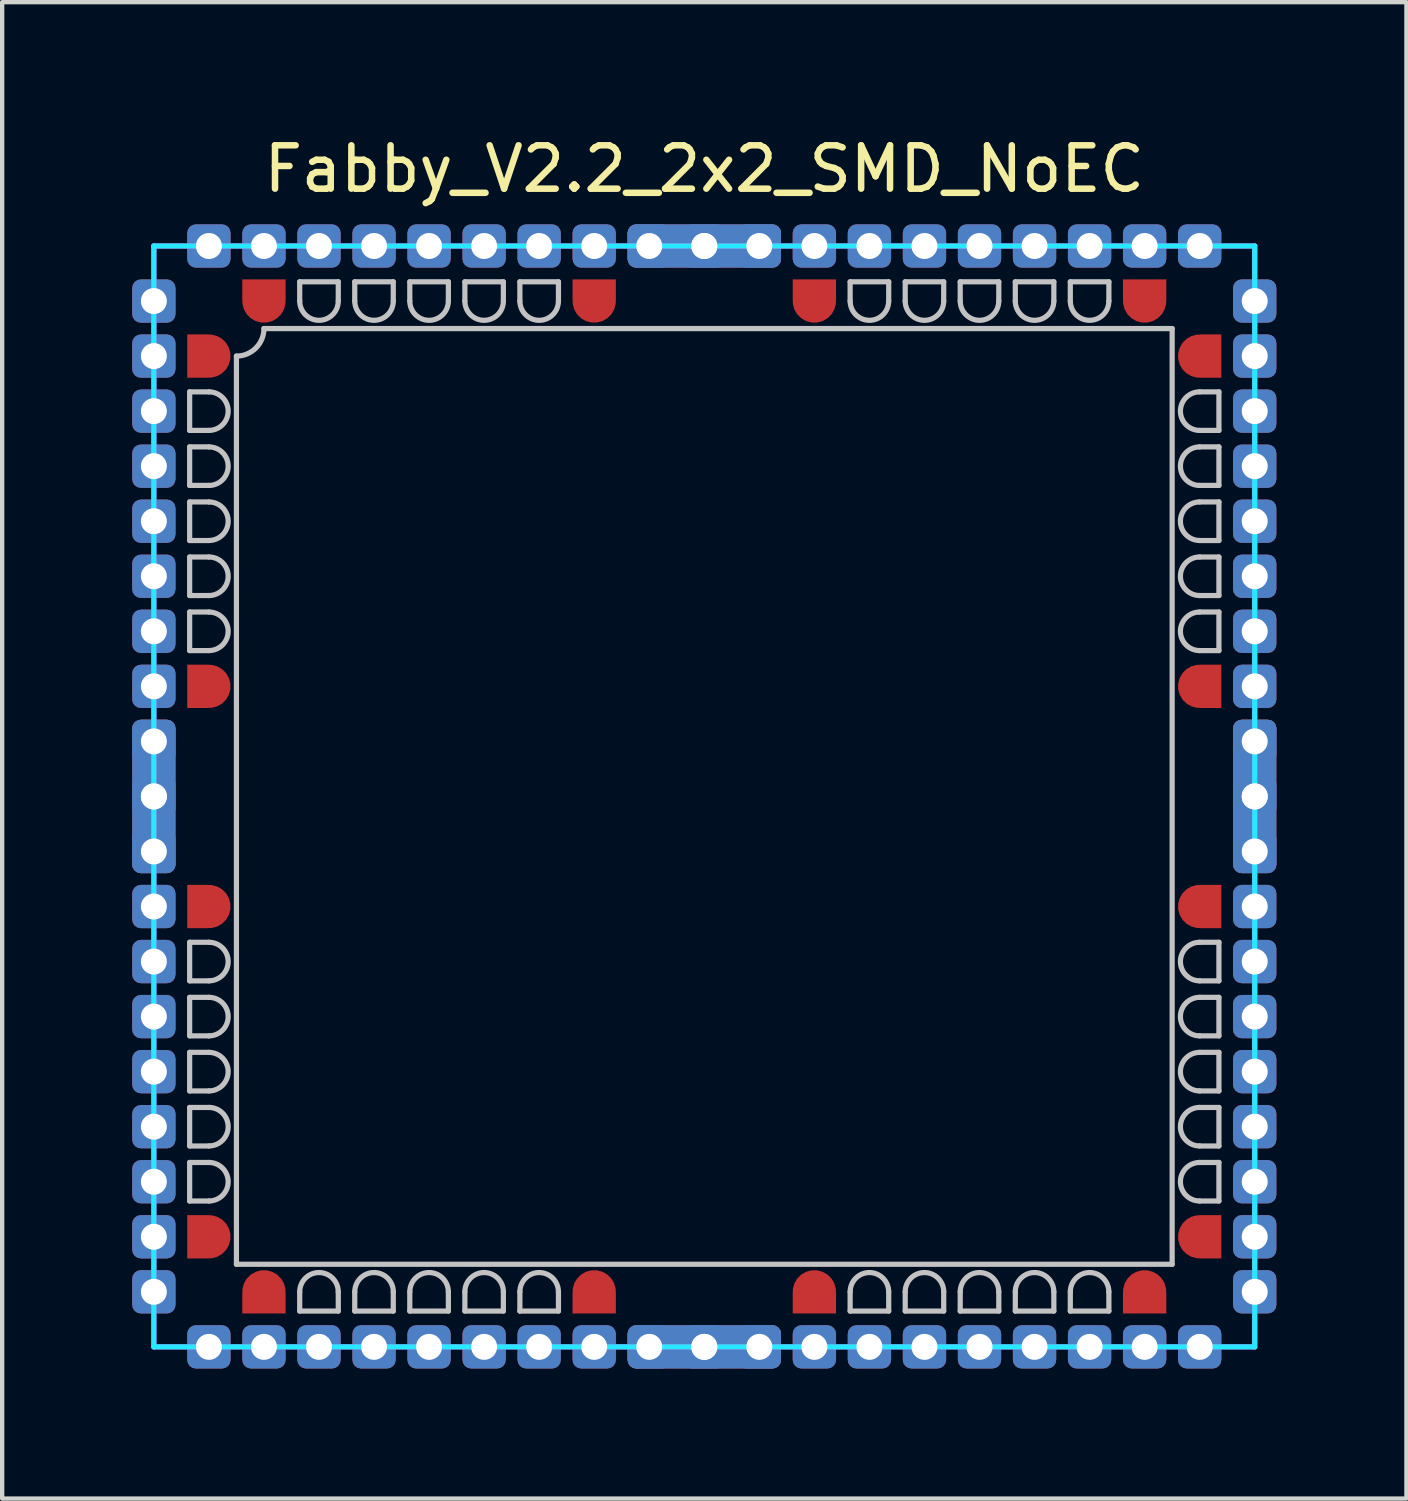
<source format=kicad_pcb>
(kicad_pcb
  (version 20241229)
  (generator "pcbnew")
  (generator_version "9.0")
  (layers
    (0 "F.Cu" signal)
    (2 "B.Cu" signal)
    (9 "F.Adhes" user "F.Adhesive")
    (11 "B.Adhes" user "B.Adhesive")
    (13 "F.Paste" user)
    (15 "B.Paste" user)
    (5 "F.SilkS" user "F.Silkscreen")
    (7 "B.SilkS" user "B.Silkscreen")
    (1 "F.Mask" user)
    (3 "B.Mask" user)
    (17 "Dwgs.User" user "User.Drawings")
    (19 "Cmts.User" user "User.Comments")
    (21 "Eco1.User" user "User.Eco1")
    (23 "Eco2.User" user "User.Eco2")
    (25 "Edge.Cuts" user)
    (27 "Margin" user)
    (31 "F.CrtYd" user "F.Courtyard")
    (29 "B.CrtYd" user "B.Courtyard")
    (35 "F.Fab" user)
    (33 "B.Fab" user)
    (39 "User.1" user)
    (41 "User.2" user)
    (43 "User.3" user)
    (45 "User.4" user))
  (footprint "Fabby_V2.2_2x2_SMD_NoEC"
    (layer "F.Cu")
    (at 13.2 15.326)
    (property "Reference" "Fabby_V2.2_2x2_SMD_NoEC" (at 0 -14.478 0) (layer "F.SilkS") (effects (font (size 1 1) (thickness 0.15))))
    (attr through_hole)
    (fp_line (start -11.874 -9.335) (end -11.874 -8.445) (stroke (width 0.12) (type solid)) (layer "Dwgs.User"))
    (fp_line (start -11.874 -9.335) (end -11.43 -9.335) (stroke (width 0.12) (type solid)) (layer "Dwgs.User"))
    (fp_line (start -11.874 -8.445) (end -11.43 -8.445) (stroke (width 0.12) (type solid)) (layer "Dwgs.User"))
    (fp_line (start -11.874 -8.065) (end -11.874 -7.176) (stroke (width 0.12) (type solid)) (layer "Dwgs.User"))
    (fp_line (start -11.874 -8.065) (end -11.43 -8.065) (stroke (width 0.12) (type solid)) (layer "Dwgs.User"))
    (fp_line (start -11.874 -7.176) (end -11.43 -7.176) (stroke (width 0.12) (type solid)) (layer "Dwgs.User"))
    (fp_line (start -11.874 -6.795) (end -11.874 -5.905) (stroke (width 0.12) (type solid)) (layer "Dwgs.User"))
    (fp_line (start -11.874 -6.795) (end -11.43 -6.795) (stroke (width 0.12) (type solid)) (layer "Dwgs.User"))
    (fp_line (start -11.874 -5.905) (end -11.43 -5.905) (stroke (width 0.12) (type solid)) (layer "Dwgs.User"))
    (fp_line (start -11.874 -5.524) (end -11.874 -4.636) (stroke (width 0.12) (type solid)) (layer "Dwgs.User"))
    (fp_line (start -11.874 -5.524) (end -11.43 -5.524) (stroke (width 0.12) (type solid)) (layer "Dwgs.User"))
    (fp_line (start -11.874 -4.636) (end -11.43 -4.636) (stroke (width 0.12) (type solid)) (layer "Dwgs.User"))
    (fp_line (start -11.874 -4.255) (end -11.874 -3.365) (stroke (width 0.12) (type solid)) (layer "Dwgs.User"))
    (fp_line (start -11.874 -4.255) (end -11.43 -4.255) (stroke (width 0.12) (type solid)) (layer "Dwgs.User"))
    (fp_line (start -11.874 -3.365) (end -11.43 -3.365) (stroke (width 0.12) (type solid)) (layer "Dwgs.User"))
    (fp_line (start -11.874 3.365) (end -11.874 4.255) (stroke (width 0.12) (type solid)) (layer "Dwgs.User"))
    (fp_line (start -11.874 3.365) (end -11.43 3.365) (stroke (width 0.12) (type solid)) (layer "Dwgs.User"))
    (fp_line (start -11.874 4.255) (end -11.43 4.255) (stroke (width 0.12) (type solid)) (layer "Dwgs.User"))
    (fp_line (start -11.874 4.636) (end -11.874 5.524) (stroke (width 0.12) (type solid)) (layer "Dwgs.User"))
    (fp_line (start -11.874 4.636) (end -11.43 4.636) (stroke (width 0.12) (type solid)) (layer "Dwgs.User"))
    (fp_line (start -11.874 5.524) (end -11.43 5.524) (stroke (width 0.12) (type solid)) (layer "Dwgs.User"))
    (fp_line (start -11.874 5.905) (end -11.874 6.795) (stroke (width 0.12) (type solid)) (layer "Dwgs.User"))
    (fp_line (start -11.874 5.905) (end -11.43 5.905) (stroke (width 0.12) (type solid)) (layer "Dwgs.User"))
    (fp_line (start -11.874 6.795) (end -11.43 6.795) (stroke (width 0.12) (type solid)) (layer "Dwgs.User"))
    (fp_line (start -11.874 7.176) (end -11.874 8.065) (stroke (width 0.12) (type solid)) (layer "Dwgs.User"))
    (fp_line (start -11.874 7.176) (end -11.43 7.176) (stroke (width 0.12) (type solid)) (layer "Dwgs.User"))
    (fp_line (start -11.874 8.065) (end -11.43 8.065) (stroke (width 0.12) (type solid)) (layer "Dwgs.User"))
    (fp_line (start -11.874 8.445) (end -11.874 9.335) (stroke (width 0.12) (type solid)) (layer "Dwgs.User"))
    (fp_line (start -11.874 8.445) (end -11.43 8.445) (stroke (width 0.12) (type solid)) (layer "Dwgs.User"))
    (fp_line (start -11.874 9.335) (end -11.43 9.335) (stroke (width 0.12) (type solid)) (layer "Dwgs.User"))
    (fp_line (start -10.795 10.795) (end -10.795 -10.16) (stroke (width 0.12) (type solid)) (layer "Dwgs.User"))
    (fp_line (start -10.16 -10.795) (end 10.795 -10.795) (stroke (width 0.12) (type solid)) (layer "Dwgs.User"))
    (fp_line (start -9.335 -11.874) (end -9.335 -11.43) (stroke (width 0.12) (type solid)) (layer "Dwgs.User"))
    (fp_line (start -9.335 11.874) (end -9.335 11.43) (stroke (width 0.12) (type solid)) (layer "Dwgs.User"))
    (fp_line (start -9.335 11.874) (end -8.445 11.874) (stroke (width 0.12) (type solid)) (layer "Dwgs.User"))
    (fp_line (start -8.445 -11.874) (end -9.335 -11.874) (stroke (width 0.12) (type solid)) (layer "Dwgs.User"))
    (fp_line (start -8.445 -11.874) (end -8.445 -11.43) (stroke (width 0.12) (type solid)) (layer "Dwgs.User"))
    (fp_line (start -8.445 11.874) (end -8.445 11.43) (stroke (width 0.12) (type solid)) (layer "Dwgs.User"))
    (fp_line (start -8.065 -11.874) (end -8.065 -11.43) (stroke (width 0.12) (type solid)) (layer "Dwgs.User"))
    (fp_line (start -8.065 11.874) (end -8.065 11.43) (stroke (width 0.12) (type solid)) (layer "Dwgs.User"))
    (fp_line (start -8.065 11.874) (end -7.176 11.874) (stroke (width 0.12) (type solid)) (layer "Dwgs.User"))
    (fp_line (start -7.176 -11.874) (end -8.065 -11.874) (stroke (width 0.12) (type solid)) (layer "Dwgs.User"))
    (fp_line (start -7.176 -11.874) (end -7.176 -11.43) (stroke (width 0.12) (type solid)) (layer "Dwgs.User"))
    (fp_line (start -7.176 11.874) (end -7.176 11.43) (stroke (width 0.12) (type solid)) (layer "Dwgs.User"))
    (fp_line (start -6.795 -11.874) (end -6.795 -11.43) (stroke (width 0.12) (type solid)) (layer "Dwgs.User"))
    (fp_line (start -6.795 11.874) (end -6.795 11.43) (stroke (width 0.12) (type solid)) (layer "Dwgs.User"))
    (fp_line (start -6.795 11.874) (end -5.905 11.874) (stroke (width 0.12) (type solid)) (layer "Dwgs.User"))
    (fp_line (start -5.905 -11.874) (end -6.795 -11.874) (stroke (width 0.12) (type solid)) (layer "Dwgs.User"))
    (fp_line (start -5.905 -11.874) (end -5.905 -11.43) (stroke (width 0.12) (type solid)) (layer "Dwgs.User"))
    (fp_line (start -5.905 11.874) (end -5.905 11.43) (stroke (width 0.12) (type solid)) (layer "Dwgs.User"))
    (fp_line (start -5.524 -11.874) (end -5.524 -11.43) (stroke (width 0.12) (type solid)) (layer "Dwgs.User"))
    (fp_line (start -5.524 11.874) (end -5.524 11.43) (stroke (width 0.12) (type solid)) (layer "Dwgs.User"))
    (fp_line (start -5.524 11.874) (end -4.636 11.874) (stroke (width 0.12) (type solid)) (layer "Dwgs.User"))
    (fp_line (start -4.636 -11.874) (end -5.524 -11.874) (stroke (width 0.12) (type solid)) (layer "Dwgs.User"))
    (fp_line (start -4.636 -11.874) (end -4.636 -11.43) (stroke (width 0.12) (type solid)) (layer "Dwgs.User"))
    (fp_line (start -4.636 11.874) (end -4.636 11.43) (stroke (width 0.12) (type solid)) (layer "Dwgs.User"))
    (fp_line (start -4.255 -11.874) (end -4.255 -11.43) (stroke (width 0.12) (type solid)) (layer "Dwgs.User"))
    (fp_line (start -4.255 11.874) (end -4.255 11.43) (stroke (width 0.12) (type solid)) (layer "Dwgs.User"))
    (fp_line (start -4.255 11.874) (end -3.365 11.874) (stroke (width 0.12) (type solid)) (layer "Dwgs.User"))
    (fp_line (start -3.365 -11.874) (end -4.255 -11.874) (stroke (width 0.12) (type solid)) (layer "Dwgs.User"))
    (fp_line (start -3.365 -11.874) (end -3.365 -11.43) (stroke (width 0.12) (type solid)) (layer "Dwgs.User"))
    (fp_line (start -3.365 11.874) (end -3.365 11.43) (stroke (width 0.12) (type solid)) (layer "Dwgs.User"))
    (fp_line (start 3.365 -11.874) (end 3.365 -11.43) (stroke (width 0.12) (type solid)) (layer "Dwgs.User"))
    (fp_line (start 3.365 11.874) (end 3.365 11.43) (stroke (width 0.12) (type solid)) (layer "Dwgs.User"))
    (fp_line (start 3.365 11.874) (end 4.255 11.874) (stroke (width 0.12) (type solid)) (layer "Dwgs.User"))
    (fp_line (start 4.255 -11.874) (end 3.365 -11.874) (stroke (width 0.12) (type solid)) (layer "Dwgs.User"))
    (fp_line (start 4.255 -11.874) (end 4.255 -11.43) (stroke (width 0.12) (type solid)) (layer "Dwgs.User"))
    (fp_line (start 4.255 11.874) (end 4.255 11.43) (stroke (width 0.12) (type solid)) (layer "Dwgs.User"))
    (fp_line (start 4.636 -11.874) (end 4.636 -11.43) (stroke (width 0.12) (type solid)) (layer "Dwgs.User"))
    (fp_line (start 4.636 11.874) (end 4.636 11.43) (stroke (width 0.12) (type solid)) (layer "Dwgs.User"))
    (fp_line (start 4.636 11.874) (end 5.524 11.874) (stroke (width 0.12) (type solid)) (layer "Dwgs.User"))
    (fp_line (start 5.524 -11.874) (end 4.636 -11.874) (stroke (width 0.12) (type solid)) (layer "Dwgs.User"))
    (fp_line (start 5.524 -11.874) (end 5.524 -11.43) (stroke (width 0.12) (type solid)) (layer "Dwgs.User"))
    (fp_line (start 5.524 11.874) (end 5.524 11.43) (stroke (width 0.12) (type solid)) (layer "Dwgs.User"))
    (fp_line (start 5.905 -11.874) (end 5.905 -11.43) (stroke (width 0.12) (type solid)) (layer "Dwgs.User"))
    (fp_line (start 5.905 11.874) (end 5.905 11.43) (stroke (width 0.12) (type solid)) (layer "Dwgs.User"))
    (fp_line (start 5.905 11.874) (end 6.795 11.874) (stroke (width 0.12) (type solid)) (layer "Dwgs.User"))
    (fp_line (start 6.795 -11.874) (end 5.905 -11.874) (stroke (width 0.12) (type solid)) (layer "Dwgs.User"))
    (fp_line (start 6.795 -11.874) (end 6.795 -11.43) (stroke (width 0.12) (type solid)) (layer "Dwgs.User"))
    (fp_line (start 6.795 11.874) (end 6.795 11.43) (stroke (width 0.12) (type solid)) (layer "Dwgs.User"))
    (fp_line (start 7.176 -11.874) (end 7.176 -11.43) (stroke (width 0.12) (type solid)) (layer "Dwgs.User"))
    (fp_line (start 7.176 11.874) (end 7.176 11.43) (stroke (width 0.12) (type solid)) (layer "Dwgs.User"))
    (fp_line (start 7.176 11.874) (end 8.065 11.874) (stroke (width 0.12) (type solid)) (layer "Dwgs.User"))
    (fp_line (start 8.065 -11.874) (end 7.176 -11.874) (stroke (width 0.12) (type solid)) (layer "Dwgs.User"))
    (fp_line (start 8.065 -11.874) (end 8.065 -11.43) (stroke (width 0.12) (type solid)) (layer "Dwgs.User"))
    (fp_line (start 8.065 11.874) (end 8.065 11.43) (stroke (width 0.12) (type solid)) (layer "Dwgs.User"))
    (fp_line (start 8.445 -11.874) (end 8.445 -11.43) (stroke (width 0.12) (type solid)) (layer "Dwgs.User"))
    (fp_line (start 8.445 11.874) (end 8.445 11.43) (stroke (width 0.12) (type solid)) (layer "Dwgs.User"))
    (fp_line (start 8.445 11.874) (end 9.335 11.874) (stroke (width 0.12) (type solid)) (layer "Dwgs.User"))
    (fp_line (start 9.335 -11.874) (end 8.445 -11.874) (stroke (width 0.12) (type solid)) (layer "Dwgs.User"))
    (fp_line (start 9.335 -11.874) (end 9.335 -11.43) (stroke (width 0.12) (type solid)) (layer "Dwgs.User"))
    (fp_line (start 9.335 11.874) (end 9.335 11.43) (stroke (width 0.12) (type solid)) (layer "Dwgs.User"))
    (fp_line (start 10.795 -10.795) (end 10.795 10.795) (stroke (width 0.12) (type solid)) (layer "Dwgs.User"))
    (fp_line (start 10.795 10.795) (end -10.795 10.795) (stroke (width 0.12) (type solid)) (layer "Dwgs.User"))
    (fp_line (start 11.874 -9.335) (end 11.43 -9.335) (stroke (width 0.12) (type solid)) (layer "Dwgs.User"))
    (fp_line (start 11.874 -8.445) (end 11.43 -8.445) (stroke (width 0.12) (type solid)) (layer "Dwgs.User"))
    (fp_line (start 11.874 -8.445) (end 11.874 -9.335) (stroke (width 0.12) (type solid)) (layer "Dwgs.User"))
    (fp_line (start 11.874 -8.065) (end 11.43 -8.065) (stroke (width 0.12) (type solid)) (layer "Dwgs.User"))
    (fp_line (start 11.874 -7.176) (end 11.43 -7.176) (stroke (width 0.12) (type solid)) (layer "Dwgs.User"))
    (fp_line (start 11.874 -7.176) (end 11.874 -8.065) (stroke (width 0.12) (type solid)) (layer "Dwgs.User"))
    (fp_line (start 11.874 -6.795) (end 11.43 -6.795) (stroke (width 0.12) (type solid)) (layer "Dwgs.User"))
    (fp_line (start 11.874 -5.905) (end 11.43 -5.905) (stroke (width 0.12) (type solid)) (layer "Dwgs.User"))
    (fp_line (start 11.874 -5.905) (end 11.874 -6.795) (stroke (width 0.12) (type solid)) (layer "Dwgs.User"))
    (fp_line (start 11.874 -5.524) (end 11.43 -5.524) (stroke (width 0.12) (type solid)) (layer "Dwgs.User"))
    (fp_line (start 11.874 -4.636) (end 11.43 -4.636) (stroke (width 0.12) (type solid)) (layer "Dwgs.User"))
    (fp_line (start 11.874 -4.636) (end 11.874 -5.524) (stroke (width 0.12) (type solid)) (layer "Dwgs.User"))
    (fp_line (start 11.874 -4.255) (end 11.43 -4.255) (stroke (width 0.12) (type solid)) (layer "Dwgs.User"))
    (fp_line (start 11.874 -3.365) (end 11.43 -3.365) (stroke (width 0.12) (type solid)) (layer "Dwgs.User"))
    (fp_line (start 11.874 -3.365) (end 11.874 -4.255) (stroke (width 0.12) (type solid)) (layer "Dwgs.User"))
    (fp_line (start 11.874 3.365) (end 11.43 3.365) (stroke (width 0.12) (type solid)) (layer "Dwgs.User"))
    (fp_line (start 11.874 4.255) (end 11.43 4.255) (stroke (width 0.12) (type solid)) (layer "Dwgs.User"))
    (fp_line (start 11.874 4.255) (end 11.874 3.365) (stroke (width 0.12) (type solid)) (layer "Dwgs.User"))
    (fp_line (start 11.874 4.636) (end 11.43 4.636) (stroke (width 0.12) (type solid)) (layer "Dwgs.User"))
    (fp_line (start 11.874 5.524) (end 11.43 5.524) (stroke (width 0.12) (type solid)) (layer "Dwgs.User"))
    (fp_line (start 11.874 5.524) (end 11.874 4.636) (stroke (width 0.12) (type solid)) (layer "Dwgs.User"))
    (fp_line (start 11.874 5.905) (end 11.43 5.905) (stroke (width 0.12) (type solid)) (layer "Dwgs.User"))
    (fp_line (start 11.874 6.795) (end 11.43 6.795) (stroke (width 0.12) (type solid)) (layer "Dwgs.User"))
    (fp_line (start 11.874 6.795) (end 11.874 5.905) (stroke (width 0.12) (type solid)) (layer "Dwgs.User"))
    (fp_line (start 11.874 7.176) (end 11.43 7.176) (stroke (width 0.12) (type solid)) (layer "Dwgs.User"))
    (fp_line (start 11.874 8.065) (end 11.43 8.065) (stroke (width 0.12) (type solid)) (layer "Dwgs.User"))
    (fp_line (start 11.874 8.065) (end 11.874 7.176) (stroke (width 0.12) (type solid)) (layer "Dwgs.User"))
    (fp_line (start 11.874 8.445) (end 11.43 8.445) (stroke (width 0.12) (type solid)) (layer "Dwgs.User"))
    (fp_line (start 11.874 9.335) (end 11.43 9.335) (stroke (width 0.12) (type solid)) (layer "Dwgs.User"))
    (fp_line (start 11.874 9.335) (end 11.874 8.445) (stroke (width 0.12) (type solid)) (layer "Dwgs.User"))
    (fp_arc (start -11.43 -9.3345) (mid -10.9855 -8.89) (end -11.43 -8.4455) (stroke (width 0.12) (type solid)) (layer "Dwgs.User"))
    (fp_arc (start -11.43 -8.0645) (mid -10.9855 -7.62) (end -11.43 -7.1755) (stroke (width 0.12) (type solid)) (layer "Dwgs.User"))
    (fp_arc (start -11.43 -6.7945) (mid -10.9855 -6.35) (end -11.43 -5.9055) (stroke (width 0.12) (type solid)) (layer "Dwgs.User"))
    (fp_arc (start -11.43 -5.5245) (mid -10.9855 -5.08) (end -11.43 -4.6355) (stroke (width 0.12) (type solid)) (layer "Dwgs.User"))
    (fp_arc (start -11.43 -4.2545) (mid -10.9855 -3.81) (end -11.43 -3.3655) (stroke (width 0.12) (type solid)) (layer "Dwgs.User"))
    (fp_arc (start -11.43 3.3655) (mid -10.9855 3.81) (end -11.43 4.2545) (stroke (width 0.12) (type solid)) (layer "Dwgs.User"))
    (fp_arc (start -11.43 4.6355) (mid -10.9855 5.08) (end -11.43 5.5245) (stroke (width 0.12) (type solid)) (layer "Dwgs.User"))
    (fp_arc (start -11.43 5.9055) (mid -10.9855 6.35) (end -11.43 6.7945) (stroke (width 0.12) (type solid)) (layer "Dwgs.User"))
    (fp_arc (start -11.43 7.1755) (mid -10.9855 7.62) (end -11.43 8.0645) (stroke (width 0.12) (type solid)) (layer "Dwgs.User"))
    (fp_arc (start -11.43 8.4455) (mid -10.9855 8.89) (end -11.43 9.3345) (stroke (width 0.12) (type solid)) (layer "Dwgs.User"))
    (fp_arc (start -10.16 -10.795) (mid -10.345987 -10.345987) (end -10.795 -10.16) (stroke (width 0.12) (type solid)) (layer "Dwgs.User"))
    (fp_arc (start -9.3345 11.43) (mid -8.89 10.9855) (end -8.4455 11.43) (stroke (width 0.12) (type solid)) (layer "Dwgs.User"))
    (fp_arc (start -8.4455 -11.43) (mid -8.89 -10.9855) (end -9.3345 -11.43) (stroke (width 0.12) (type solid)) (layer "Dwgs.User"))
    (fp_arc (start -8.0645 11.43) (mid -7.62 10.9855) (end -7.1755 11.43) (stroke (width 0.12) (type solid)) (layer "Dwgs.User"))
    (fp_arc (start -7.1755 -11.43) (mid -7.62 -10.9855) (end -8.0645 -11.43) (stroke (width 0.12) (type solid)) (layer "Dwgs.User"))
    (fp_arc (start -6.7945 11.43) (mid -6.35 10.9855) (end -5.9055 11.43) (stroke (width 0.12) (type solid)) (layer "Dwgs.User"))
    (fp_arc (start -5.9055 -11.43) (mid -6.35 -10.9855) (end -6.7945 -11.43) (stroke (width 0.12) (type solid)) (layer "Dwgs.User"))
    (fp_arc (start -5.5245 11.43) (mid -5.08 10.9855) (end -4.6355 11.43) (stroke (width 0.12) (type solid)) (layer "Dwgs.User"))
    (fp_arc (start -4.6355 -11.43) (mid -5.08 -10.9855) (end -5.5245 -11.43) (stroke (width 0.12) (type solid)) (layer "Dwgs.User"))
    (fp_arc (start -4.2545 11.43) (mid -3.81 10.9855) (end -3.3655 11.43) (stroke (width 0.12) (type solid)) (layer "Dwgs.User"))
    (fp_arc (start -3.3655 -11.43) (mid -3.81 -10.9855) (end -4.2545 -11.43) (stroke (width 0.12) (type solid)) (layer "Dwgs.User"))
    (fp_arc (start 3.3655 11.43) (mid 3.81 10.9855) (end 4.2545 11.43) (stroke (width 0.12) (type solid)) (layer "Dwgs.User"))
    (fp_arc (start 4.2545 -11.43) (mid 3.81 -10.9855) (end 3.3655 -11.43) (stroke (width 0.12) (type solid)) (layer "Dwgs.User"))
    (fp_arc (start 4.6355 11.43) (mid 5.08 10.9855) (end 5.5245 11.43) (stroke (width 0.12) (type solid)) (layer "Dwgs.User"))
    (fp_arc (start 5.5245 -11.43) (mid 5.08 -10.9855) (end 4.6355 -11.43) (stroke (width 0.12) (type solid)) (layer "Dwgs.User"))
    (fp_arc (start 5.9055 11.43) (mid 6.35 10.9855) (end 6.7945 11.43) (stroke (width 0.12) (type solid)) (layer "Dwgs.User"))
    (fp_arc (start 6.7945 -11.43) (mid 6.35 -10.9855) (end 5.9055 -11.43) (stroke (width 0.12) (type solid)) (layer "Dwgs.User"))
    (fp_arc (start 7.1755 11.43) (mid 7.62 10.9855) (end 8.0645 11.43) (stroke (width 0.12) (type solid)) (layer "Dwgs.User"))
    (fp_arc (start 8.0645 -11.43) (mid 7.62 -10.9855) (end 7.1755 -11.43) (stroke (width 0.12) (type solid)) (layer "Dwgs.User"))
    (fp_arc (start 8.4455 11.43) (mid 8.89 10.9855) (end 9.3345 11.43) (stroke (width 0.12) (type solid)) (layer "Dwgs.User"))
    (fp_arc (start 9.3345 -11.43) (mid 8.89 -10.9855) (end 8.4455 -11.43) (stroke (width 0.12) (type solid)) (layer "Dwgs.User"))
    (fp_arc (start 11.43 -8.4455) (mid 10.9855 -8.89) (end 11.43 -9.3345) (stroke (width 0.12) (type solid)) (layer "Dwgs.User"))
    (fp_arc (start 11.43 -7.1755) (mid 10.9855 -7.62) (end 11.43 -8.0645) (stroke (width 0.12) (type solid)) (layer "Dwgs.User"))
    (fp_arc (start 11.43 -5.9055) (mid 10.9855 -6.35) (end 11.43 -6.7945) (stroke (width 0.12) (type solid)) (layer "Dwgs.User"))
    (fp_arc (start 11.43 -4.6355) (mid 10.9855 -5.08) (end 11.43 -5.5245) (stroke (width 0.12) (type solid)) (layer "Dwgs.User"))
    (fp_arc (start 11.43 -3.3655) (mid 10.9855 -3.81) (end 11.43 -4.2545) (stroke (width 0.12) (type solid)) (layer "Dwgs.User"))
    (fp_arc (start 11.43 4.2545) (mid 10.9855 3.81) (end 11.43 3.3655) (stroke (width 0.12) (type solid)) (layer "Dwgs.User"))
    (fp_arc (start 11.43 5.5245) (mid 10.9855 5.08) (end 11.43 4.6355) (stroke (width 0.12) (type solid)) (layer "Dwgs.User"))
    (fp_arc (start 11.43 6.7945) (mid 10.9855 6.35) (end 11.43 5.9055) (stroke (width 0.12) (type solid)) (layer "Dwgs.User"))
    (fp_arc (start 11.43 8.0645) (mid 10.9855 7.62) (end 11.43 7.1755) (stroke (width 0.12) (type solid)) (layer "Dwgs.User"))
    (fp_arc (start 11.43 9.3345) (mid 10.9855 8.89) (end 11.43 8.4455) (stroke (width 0.12) (type solid)) (layer "Dwgs.User"))
    (fp_line (start -12.7 -12.7) (end 12.7 -12.7) (stroke (width 0.12) (type solid)) (layer "B.CrtYd"))
    (fp_line (start -12.7 12.7) (end -12.7 -12.7) (stroke (width 0.12) (type solid)) (layer "B.CrtYd"))
    (fp_line (start 12.7 -12.7) (end 12.7 12.7) (stroke (width 0.12) (type solid)) (layer "B.CrtYd"))
    (fp_line (start 12.7 12.7) (end -12.7 12.7) (stroke (width 0.12) (type solid)) (layer "B.CrtYd"))
    (fp_line (start -12.7 -12.7) (end 12.7 -12.7) (stroke (width 0.12) (type solid)) (layer "F.CrtYd"))
    (fp_line (start -12.7 12.7) (end -12.7 -12.7) (stroke (width 0.12) (type solid)) (layer "F.CrtYd"))
    (fp_line (start 12.7 -12.7) (end 12.7 12.7) (stroke (width 0.12) (type solid)) (layer "F.CrtYd"))
    (fp_line (start 12.7 12.7) (end -12.7 12.7) (stroke (width 0.12) (type solid)) (layer "F.CrtYd"))
    (pad "" thru_hole roundrect (at -12.7 -10.16 270) (size 1 1) (drill 0.6) (layers "*.Cu" "*.Mask") (roundrect_rratio 0.2))
    (pad "" thru_hole roundrect (at -12.7 -2.54 270) (size 1 1) (drill 0.6) (layers "*.Cu" "*.Mask") (roundrect_rratio 0.2))
    (pad "" thru_hole roundrect (at -12.7 2.54 270) (size 1 1) (drill 0.6) (layers "*.Cu" "*.Mask") (roundrect_rratio 0.2))
    (pad "" thru_hole roundrect (at -12.7 10.16 270) (size 1 1) (drill 0.6) (layers "*.Cu" "*.Mask") (roundrect_rratio 0.2))
    (pad "" thru_hole roundrect (at -10.16 -12.7 270) (size 1 1) (drill 0.6) (layers "*.Cu" "*.Mask") (roundrect_rratio 0.2))
    (pad "" thru_hole roundrect (at -10.16 12.7 270) (size 1 1) (drill 0.6) (layers "*.Cu" "*.Mask") (roundrect_rratio 0.2))
    (pad "" thru_hole roundrect (at -2.54 -12.7 270) (size 1 1) (drill 0.6) (layers "*.Cu" "*.Mask") (roundrect_rratio 0.2))
    (pad "" thru_hole roundrect (at -2.54 12.7 270) (size 1 1) (drill 0.6) (layers "*.Cu" "*.Mask") (roundrect_rratio 0.2))
    (pad "" thru_hole roundrect (at 2.54 -12.7 270) (size 1 1) (drill 0.6) (layers "*.Cu" "*.Mask") (roundrect_rratio 0.2))
    (pad "" thru_hole roundrect (at 2.54 12.7 270) (size 1 1) (drill 0.6) (layers "*.Cu" "*.Mask") (roundrect_rratio 0.2))
    (pad "" thru_hole roundrect (at 10.16 -12.7 270) (size 1 1) (drill 0.6) (layers "*.Cu" "*.Mask") (roundrect_rratio 0.2))
    (pad "" thru_hole roundrect (at 10.16 12.7 270) (size 1 1) (drill 0.6) (layers "*.Cu" "*.Mask") (roundrect_rratio 0.2))
    (pad "" thru_hole roundrect (at 12.7 -10.16 270) (size 1 1) (drill 0.6) (layers "*.Cu" "*.Mask") (roundrect_rratio 0.2))
    (pad "" thru_hole roundrect (at 12.7 -2.54 270) (size 1 1) (drill 0.6) (layers "*.Cu" "*.Mask") (roundrect_rratio 0.2))
    (pad "" thru_hole roundrect (at 12.7 2.54 270) (size 1 1) (drill 0.6) (layers "*.Cu" "*.Mask") (roundrect_rratio 0.2))
    (pad "" thru_hole roundrect (at 12.7 10.16 270) (size 1 1) (drill 0.6) (layers "*.Cu" "*.Mask") (roundrect_rratio 0.2))
    (pad "1" thru_hole roundrect (at -12.7 -11.43 270) (size 1 1) (drill 0.6) (layers "*.Cu" "*.Mask") (roundrect_rratio 0.2))
    (pad "1" thru_hole roundrect (at -12.7 -1.27 270) (size 1 1) (drill 0.6) (layers "*.Cu" "*.Mask") (roundrect_rratio 0.2))
    (pad "1" thru_hole roundrect (at -12.7 0) (size 1 2.254) (drill 0.6 (offset 0 -0.643)) (layers "*.Cu" "*.Mask") (roundrect_rratio 0.2))
    (pad "1" thru_hole roundrect (at -12.7 0 180) (size 1 2.254) (drill 0.6 (offset 0 -0.643)) (layers "*.Cu" "*.Mask") (roundrect_rratio 0.2))
    (pad "1" thru_hole roundrect (at -12.7 1.27 270) (size 1 1) (drill 0.6) (layers "*.Cu" "*.Mask") (roundrect_rratio 0.2))
    (pad "1" thru_hole roundrect (at -12.7 11.43 270) (size 1 1) (drill 0.6) (layers "*.Cu" "*.Mask") (roundrect_rratio 0.2))
    (pad "1" thru_hole roundrect (at -11.43 -12.7 180) (size 1 1) (drill 0.6) (layers "*.Cu" "*.Mask") (roundrect_rratio 0.2))
    (pad "1" thru_hole roundrect (at -11.43 12.7) (size 1 1) (drill 0.6) (layers "*.Cu" "*.Mask") (roundrect_rratio 0.2))
    (pad "1" thru_hole roundrect (at -1.27 -12.7) (size 1 1) (drill 0.6) (layers "*.Cu" "*.Mask") (roundrect_rratio 0.2))
    (pad "1" thru_hole roundrect (at -1.27 12.7) (size 1 1) (drill 0.6) (layers "*.Cu" "*.Mask") (roundrect_rratio 0.2))
    (pad "1" thru_hole roundrect (at 0 -12.7 270) (size 1 2.254) (drill 0.6 (offset 0 -0.643)) (layers "*.Cu" "*.Mask") (roundrect_rratio 0.2))
    (pad "1" thru_hole roundrect (at 0 -12.7 90) (size 1 2.254) (drill 0.6 (offset 0 -0.643)) (layers "*.Cu" "*.Mask") (roundrect_rratio 0.2))
    (pad "1" thru_hole roundrect (at 0 12.7 90) (size 1 2.254) (drill 0.6 (offset 0 -0.643)) (layers "*.Cu" "*.Mask") (roundrect_rratio 0.2))
    (pad "1" thru_hole roundrect (at 0 12.7 270) (size 1 2.254) (drill 0.6 (offset 0 -0.643)) (layers "*.Cu" "*.Mask") (roundrect_rratio 0.2))
    (pad "1" thru_hole roundrect (at 1.27 -12.7) (size 1 1) (drill 0.6) (layers "*.Cu" "*.Mask") (roundrect_rratio 0.2))
    (pad "1" thru_hole roundrect (at 1.27 12.7) (size 1 1) (drill 0.6) (layers "*.Cu" "*.Mask") (roundrect_rratio 0.2))
    (pad "1" thru_hole roundrect (at 11.43 -12.7 180) (size 1 1) (drill 0.6) (layers "*.Cu" "*.Mask") (roundrect_rratio 0.2))
    (pad "1" thru_hole roundrect (at 11.43 12.7) (size 1 1) (drill 0.6) (layers "*.Cu" "*.Mask") (roundrect_rratio 0.2))
    (pad "1" thru_hole roundrect (at 12.7 -11.43 90) (size 1 1) (drill 0.6) (layers "*.Cu" "*.Mask") (roundrect_rratio 0.2))
    (pad "1" thru_hole roundrect (at 12.7 -1.27 270) (size 1 1) (drill 0.6) (layers "*.Cu" "*.Mask") (roundrect_rratio 0.2))
    (pad "1" thru_hole roundrect (at 12.7 0 180) (size 1 2.254) (drill 0.6 (offset 0 -0.643)) (layers "*.Cu" "*.Mask") (roundrect_rratio 0.2))
    (pad "1" thru_hole roundrect (at 12.7 0) (size 1 2.254) (drill 0.6 (offset 0 -0.643)) (layers "*.Cu" "*.Mask") (roundrect_rratio 0.2))
    (pad "1" thru_hole roundrect (at 12.7 1.27 270) (size 1 1) (drill 0.6) (layers "*.Cu" "*.Mask") (roundrect_rratio 0.2))
    (pad "1" thru_hole roundrect (at 12.7 11.43 90) (size 1 1) (drill 0.6) (layers "*.Cu" "*.Mask") (roundrect_rratio 0.2))
    (pad "2" smd custom (at -11.43 -10.16) (size 1 1) (layers "F.Cu" "F.Mask" "F.Paste") (options (anchor circle)) (primitives (gr_poly (pts (xy -0.5 -0.5) (xy 0 -0.5) (xy 0 0.5) (xy -0.5 0.5)) (width 0) (fill yes))))
    (pad "3" thru_hole roundrect (at -12.7 -8.89 270) (size 1 1) (drill 0.6) (layers "*.Cu" "*.Mask") (roundrect_rratio 0.2))
    (pad "4" thru_hole roundrect (at -12.7 -7.62 270) (size 1 1) (drill 0.6) (layers "*.Cu" "*.Mask") (roundrect_rratio 0.2))
    (pad "5" thru_hole roundrect (at -12.7 -6.35 270) (size 1 1) (drill 0.6) (layers "*.Cu" "*.Mask") (roundrect_rratio 0.2))
    (pad "6" thru_hole roundrect (at -12.7 -5.08 270) (size 1 1) (drill 0.6) (layers "*.Cu" "*.Mask") (roundrect_rratio 0.2))
    (pad "7" thru_hole roundrect (at -12.7 -3.81 270) (size 1 1) (drill 0.6) (layers "*.Cu" "*.Mask") (roundrect_rratio 0.2))
    (pad "8" smd custom (at -11.43 -2.54) (size 1 1) (layers "F.Cu" "F.Mask" "F.Paste") (options (anchor circle)) (primitives (gr_poly (pts (xy -0.5 -0.5) (xy 0 -0.5) (xy 0 0.5) (xy -0.5 0.5)) (width 0) (fill yes))))
    (pad "9" smd custom (at -11.43 2.54) (size 1 1) (layers "F.Cu" "F.Mask" "F.Paste") (options (anchor circle)) (primitives (gr_poly (pts (xy -0.5 -0.5) (xy 0 -0.5) (xy 0 0.5) (xy -0.5 0.5)) (width 0) (fill yes))))
    (pad "10" thru_hole roundrect (at -12.7 3.81 270) (size 1 1) (drill 0.6) (layers "*.Cu" "*.Mask") (roundrect_rratio 0.2))
    (pad "11" thru_hole roundrect (at -12.7 5.08 270) (size 1 1) (drill 0.6) (layers "*.Cu" "*.Mask") (roundrect_rratio 0.2))
    (pad "12" thru_hole roundrect (at -12.7 6.35 270) (size 1 1) (drill 0.6) (layers "*.Cu" "*.Mask") (roundrect_rratio 0.2))
    (pad "13" thru_hole roundrect (at -12.7 7.62 270) (size 1 1) (drill 0.6) (layers "*.Cu" "*.Mask") (roundrect_rratio 0.2))
    (pad "14" thru_hole roundrect (at -12.7 8.89 270) (size 1 1) (drill 0.6) (layers "*.Cu" "*.Mask") (roundrect_rratio 0.2))
    (pad "15" smd custom (at -11.43 10.16) (size 1 1) (layers "F.Cu" "F.Mask" "F.Paste") (options (anchor circle)) (primitives (gr_poly (pts (xy -0.5 -0.5) (xy 0 -0.5) (xy 0 0.5) (xy -0.5 0.5)) (width 0) (fill yes))))
    (pad "16" smd custom (at -10.16 11.43 90) (size 1 1) (layers "F.Cu" "F.Mask" "F.Paste") (options (anchor circle)) (primitives (gr_poly (pts (xy -0.5 -0.5) (xy 0 -0.5) (xy 0 0.5) (xy -0.5 0.5)) (width 0) (fill yes))))
    (pad "17" thru_hole roundrect (at -8.89 12.7 270) (size 1 1) (drill 0.6) (layers "*.Cu" "*.Mask") (roundrect_rratio 0.2))
    (pad "18" thru_hole roundrect (at -7.62 12.7 270) (size 1 1) (drill 0.6) (layers "*.Cu" "*.Mask") (roundrect_rratio 0.2))
    (pad "19" thru_hole roundrect (at -6.35 12.7 270) (size 1 1) (drill 0.6) (layers "*.Cu" "*.Mask") (roundrect_rratio 0.2))
    (pad "20" thru_hole roundrect (at -5.08 12.7 270) (size 1 1) (drill 0.6) (layers "*.Cu" "*.Mask") (roundrect_rratio 0.2))
    (pad "21" thru_hole roundrect (at -3.81 12.7 270) (size 1 1) (drill 0.6) (layers "*.Cu" "*.Mask") (roundrect_rratio 0.2))
    (pad "22" smd custom (at -2.54 11.43 90) (size 1 1) (layers "F.Cu" "F.Mask" "F.Paste") (options (anchor circle)) (primitives (gr_poly (pts (xy -0.5 -0.5) (xy 0 -0.5) (xy 0 0.5) (xy -0.5 0.5)) (width 0) (fill yes))))
    (pad "23" smd custom (at 2.54 11.43 90) (size 1 1) (layers "F.Cu" "F.Mask" "F.Paste") (options (anchor circle)) (primitives (gr_poly (pts (xy -0.5 -0.5) (xy 0 -0.5) (xy 0 0.5) (xy -0.5 0.5)) (width 0) (fill yes))))
    (pad "24" thru_hole roundrect (at 3.81 12.7 270) (size 1 1) (drill 0.6) (layers "*.Cu" "*.Mask") (roundrect_rratio 0.2))
    (pad "25" thru_hole roundrect (at 5.08 12.7 270) (size 1 1) (drill 0.6) (layers "*.Cu" "*.Mask") (roundrect_rratio 0.2))
    (pad "26" thru_hole roundrect (at 6.35 12.7 270) (size 1 1) (drill 0.6) (layers "*.Cu" "*.Mask") (roundrect_rratio 0.2))
    (pad "27" thru_hole roundrect (at 7.62 12.7 270) (size 1 1) (drill 0.6) (layers "*.Cu" "*.Mask") (roundrect_rratio 0.2))
    (pad "28" thru_hole roundrect (at 8.89 12.7 270) (size 1 1) (drill 0.6) (layers "*.Cu" "*.Mask") (roundrect_rratio 0.2))
    (pad "29" smd custom (at 10.16 11.43 90) (size 1 1) (layers "F.Cu" "F.Mask" "F.Paste") (options (anchor circle)) (primitives (gr_poly (pts (xy -0.5 -0.5) (xy 0 -0.5) (xy 0 0.5) (xy -0.5 0.5)) (width 0) (fill yes))))
    (pad "30" smd custom (at 11.43 10.16 180) (size 1 1) (layers "F.Cu" "F.Mask" "F.Paste") (options (anchor circle)) (primitives (gr_poly (pts (xy -0.5 -0.5) (xy 0 -0.5) (xy 0 0.5) (xy -0.5 0.5)) (width 0) (fill yes))))
    (pad "31" thru_hole roundrect (at 12.7 8.89 270) (size 1 1) (drill 0.6) (layers "*.Cu" "*.Mask") (roundrect_rratio 0.2))
    (pad "32" thru_hole roundrect (at 12.7 7.62 270) (size 1 1) (drill 0.6) (layers "*.Cu" "*.Mask") (roundrect_rratio 0.2))
    (pad "33" thru_hole roundrect (at 12.7 6.35 270) (size 1 1) (drill 0.6) (layers "*.Cu" "*.Mask") (roundrect_rratio 0.2))
    (pad "34" thru_hole roundrect (at 12.7 5.08 270) (size 1 1) (drill 0.6) (layers "*.Cu" "*.Mask") (roundrect_rratio 0.2))
    (pad "35" thru_hole roundrect (at 12.7 3.81 270) (size 1 1) (drill 0.6) (layers "*.Cu" "*.Mask") (roundrect_rratio 0.2))
    (pad "36" smd custom (at 11.43 2.54 180) (size 1 1) (layers "F.Cu" "F.Mask" "F.Paste") (options (anchor circle)) (primitives (gr_poly (pts (xy -0.5 -0.5) (xy 0 -0.5) (xy 0 0.5) (xy -0.5 0.5)) (width 0) (fill yes))))
    (pad "37" smd custom (at 11.43 -2.54 180) (size 1 1) (layers "F.Cu" "F.Mask" "F.Paste") (options (anchor circle)) (primitives (gr_poly (pts (xy -0.5 -0.5) (xy 0 -0.5) (xy 0 0.5) (xy -0.5 0.5)) (width 0) (fill yes))))
    (pad "38" thru_hole roundrect (at 12.7 -3.81 270) (size 1 1) (drill 0.6) (layers "*.Cu" "*.Mask") (roundrect_rratio 0.2))
    (pad "39" thru_hole roundrect (at 12.7 -5.08 270) (size 1 1) (drill 0.6) (layers "*.Cu" "*.Mask") (roundrect_rratio 0.2))
    (pad "40" thru_hole roundrect (at 12.7 -6.35 270) (size 1 1) (drill 0.6) (layers "*.Cu" "*.Mask") (roundrect_rratio 0.2))
    (pad "41" thru_hole roundrect (at 12.7 -7.62 270) (size 1 1) (drill 0.6) (layers "*.Cu" "*.Mask") (roundrect_rratio 0.2))
    (pad "42" thru_hole roundrect (at 12.7 -8.89 270) (size 1 1) (drill 0.6) (layers "*.Cu" "*.Mask") (roundrect_rratio 0.2))
    (pad "43" smd custom (at 11.43 -10.16 180) (size 1 1) (layers "F.Cu" "F.Mask" "F.Paste") (options (anchor circle)) (primitives (gr_poly (pts (xy -0.5 -0.5) (xy 0 -0.5) (xy 0 0.5) (xy -0.5 0.5)) (width 0) (fill yes))))
    (pad "44" smd custom (at 10.16 -11.43 270) (size 1 1) (layers "F.Cu" "F.Mask" "F.Paste") (options (anchor circle)) (primitives (gr_poly (pts (xy -0.5 -0.5) (xy 0 -0.5) (xy 0 0.5) (xy -0.5 0.5)) (width 0) (fill yes))))
    (pad "45" thru_hole roundrect (at 8.89 -12.7 270) (size 1 1) (drill 0.6) (layers "*.Cu" "*.Mask") (roundrect_rratio 0.2))
    (pad "46" thru_hole roundrect (at 7.62 -12.7 270) (size 1 1) (drill 0.6) (layers "*.Cu" "*.Mask") (roundrect_rratio 0.2))
    (pad "47" thru_hole roundrect (at 6.35 -12.7 270) (size 1 1) (drill 0.6) (layers "*.Cu" "*.Mask") (roundrect_rratio 0.2))
    (pad "48" thru_hole roundrect (at 5.08 -12.7 270) (size 1 1) (drill 0.6) (layers "*.Cu" "*.Mask") (roundrect_rratio 0.2))
    (pad "49" thru_hole roundrect (at 3.81 -12.7 270) (size 1 1) (drill 0.6) (layers "*.Cu" "*.Mask") (roundrect_rratio 0.2))
    (pad "50" smd custom (at 2.54 -11.43 270) (size 1 1) (layers "F.Cu" "F.Mask" "F.Paste") (options (anchor circle)) (primitives (gr_poly (pts (xy -0.5 -0.5) (xy 0 -0.5) (xy 0 0.5) (xy -0.5 0.5)) (width 0) (fill yes))))
    (pad "51" smd custom (at -2.54 -11.43 270) (size 1 1) (layers "F.Cu" "F.Mask" "F.Paste") (options (anchor circle)) (primitives (gr_poly (pts (xy -0.5 -0.5) (xy 0 -0.5) (xy 0 0.5) (xy -0.5 0.5)) (width 0) (fill yes))))
    (pad "52" thru_hole roundrect (at -3.81 -12.7 270) (size 1 1) (drill 0.6) (layers "*.Cu" "*.Mask") (roundrect_rratio 0.2))
    (pad "53" thru_hole roundrect (at -5.08 -12.7 270) (size 1 1) (drill 0.6) (layers "*.Cu" "*.Mask") (roundrect_rratio 0.2))
    (pad "54" thru_hole roundrect (at -6.35 -12.7 270) (size 1 1) (drill 0.6) (layers "*.Cu" "*.Mask") (roundrect_rratio 0.2))
    (pad "55" thru_hole roundrect (at -7.62 -12.7 270) (size 1 1) (drill 0.6) (layers "*.Cu" "*.Mask") (roundrect_rratio 0.2))
    (pad "56" thru_hole roundrect (at -8.89 -12.7 270) (size 1 1) (drill 0.6) (layers "*.Cu" "*.Mask") (roundrect_rratio 0.2))
    (pad "57" smd custom (at -10.16 -11.43 270) (size 1 1) (layers "F.Cu" "F.Mask" "F.Paste") (options (anchor circle)) (primitives (gr_poly (pts (xy -0.5 -0.5) (xy 0 -0.5) (xy 0 0.5) (xy -0.5 0.5)) (width 0) (fill yes)))))
  (gr_rect
    (start -3 -3)
    (end 29.4 31.526)
    (stroke (width 0.1) (type default))
    (fill no)
    (layer "Edge.Cuts")))
</source>
